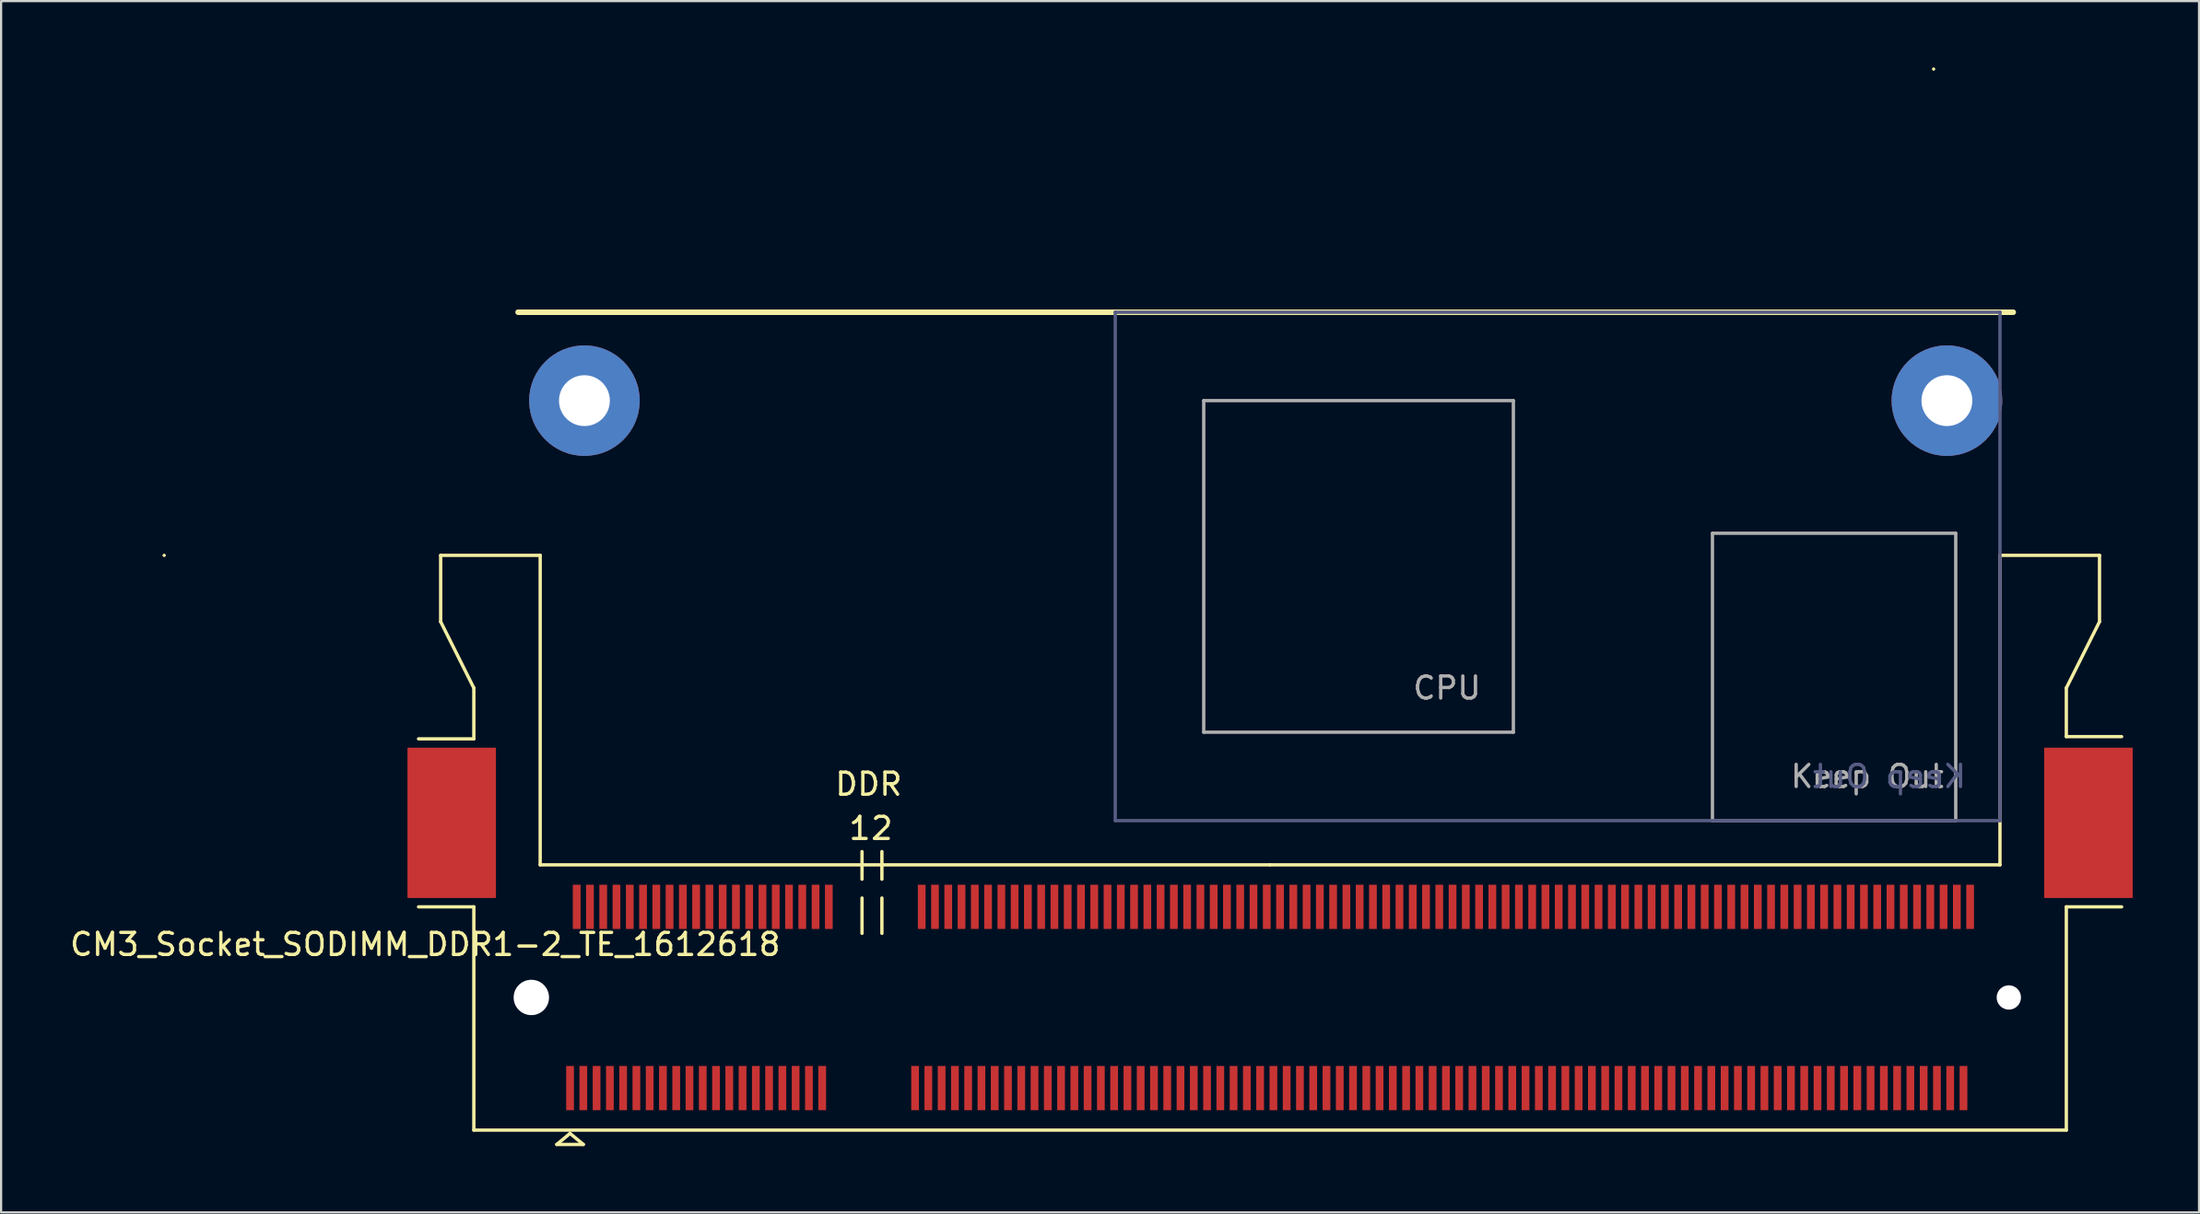
<source format=kicad_pcb>
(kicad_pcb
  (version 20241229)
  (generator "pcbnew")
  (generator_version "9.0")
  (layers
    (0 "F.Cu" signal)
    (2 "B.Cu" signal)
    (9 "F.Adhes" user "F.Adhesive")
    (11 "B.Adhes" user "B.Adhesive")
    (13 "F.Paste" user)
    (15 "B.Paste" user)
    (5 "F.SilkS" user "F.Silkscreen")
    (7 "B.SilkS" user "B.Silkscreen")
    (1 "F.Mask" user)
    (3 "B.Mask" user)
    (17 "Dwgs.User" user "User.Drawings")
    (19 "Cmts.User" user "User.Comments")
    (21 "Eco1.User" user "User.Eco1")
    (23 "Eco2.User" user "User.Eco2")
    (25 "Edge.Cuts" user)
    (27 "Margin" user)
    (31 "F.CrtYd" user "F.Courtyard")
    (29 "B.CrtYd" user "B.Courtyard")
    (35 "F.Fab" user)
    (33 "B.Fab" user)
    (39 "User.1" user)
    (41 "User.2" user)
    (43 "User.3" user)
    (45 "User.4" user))
  (footprint "CM3_Socket_SODIMM_DDR1-2_TE_1612618"
    (layer "F.Cu")
    (at 54.373 42.075)
    (property "Reference" "CM3_Socket_SODIMM_DDR1-2_TE_1612618" (at -38.2 -2.4 0) (layer "F.SilkS") (effects (font (size 1 1) (thickness 0.15))))
    (attr smd)
    (fp_line (start -50 -20) (end -50 -20) (stroke (width 0.15) (type solid)) (layer "F.SilkS"))
    (fp_line (start -37.5 -20) (end -37.5 -17) (stroke (width 0.15) (type solid)) (layer "F.SilkS"))
    (fp_line (start -37.5 -17) (end -36 -14) (stroke (width 0.15) (type solid)) (layer "F.SilkS"))
    (fp_line (start -36 -14) (end -36 -11.7) (stroke (width 0.15) (type solid)) (layer "F.SilkS"))
    (fp_line (start -36 -11.7) (end -38.5 -11.7) (stroke (width 0.15) (type solid)) (layer "F.SilkS"))
    (fp_line (start -36 -4.1) (end -38.5 -4.1) (stroke (width 0.15) (type solid)) (layer "F.SilkS"))
    (fp_line (start -36 -4.1) (end -36 6) (stroke (width 0.15) (type solid)) (layer "F.SilkS"))
    (fp_line (start -36 6) (end 36 6) (stroke (width 0.15) (type solid)) (layer "F.SilkS"))
    (fp_line (start -34 -31) (end -34 -31) (stroke (width 0.15) (type solid)) (layer "F.SilkS"))
    (fp_line (start -34 -31) (end 33.6 -31) (stroke (width 0.25) (type solid)) (layer "F.SilkS"))
    (fp_line (start -33 -20) (end -37.5 -20) (stroke (width 0.15) (type solid)) (layer "F.SilkS"))
    (fp_line (start -33 -6) (end -33 -20) (stroke (width 0.15) (type solid)) (layer "F.SilkS"))
    (fp_line (start -32.25 6.65) (end -31.65 6.15) (stroke (width 0.15) (type solid)) (layer "F.SilkS"))
    (fp_line (start -31.65 6.15) (end -31.05 6.65) (stroke (width 0.15) (type solid)) (layer "F.SilkS"))
    (fp_line (start -31.05 6.65) (end -32.25 6.65) (stroke (width 0.15) (type solid)) (layer "F.SilkS"))
    (fp_line (start -18.45 -5.35) (end -18.45 -6.6) (stroke (width 0.15) (type solid)) (layer "F.SilkS"))
    (fp_line (start -18.45 -4.5) (end -18.45 -2.9) (stroke (width 0.15) (type solid)) (layer "F.SilkS"))
    (fp_line (start -17.55 -5.35) (end -17.55 -6.6) (stroke (width 0.15) (type solid)) (layer "F.SilkS"))
    (fp_line (start -17.55 -4.5) (end -17.55 -2.9) (stroke (width 0.15) (type solid)) (layer "F.SilkS"))
    (fp_line (start 0 -6) (end -33 -6) (stroke (width 0.15) (type solid)) (layer "F.SilkS"))
    (fp_line (start 30 -42) (end 30 -42) (stroke (width 0.15) (type solid)) (layer "F.SilkS"))
    (fp_line (start 33 -20) (end 33 -6) (stroke (width 0.15) (type solid)) (layer "F.SilkS"))
    (fp_line (start 33 -6) (end 0 -6) (stroke (width 0.15) (type solid)) (layer "F.SilkS"))
    (fp_line (start 36 -14) (end 36 -11.8) (stroke (width 0.15) (type solid)) (layer "F.SilkS"))
    (fp_line (start 36 -14) (end 37.5 -17) (stroke (width 0.15) (type solid)) (layer "F.SilkS"))
    (fp_line (start 36 -11.8) (end 38.5 -11.8) (stroke (width 0.15) (type solid)) (layer "F.SilkS"))
    (fp_line (start 36 -4.1) (end 38.5 -4.1) (stroke (width 0.15) (type solid)) (layer "F.SilkS"))
    (fp_line (start 36 6) (end 36 -4.1) (stroke (width 0.15) (type solid)) (layer "F.SilkS"))
    (fp_line (start 37.5 -20) (end 33 -20) (stroke (width 0.15) (type solid)) (layer "F.SilkS"))
    (fp_line (start 37.5 -17) (end 37.5 -20) (stroke (width 0.15) (type solid)) (layer "F.SilkS"))
    (fp_line (start -7 -31) (end -7 -8) (stroke (width 0.15) (type solid)) (layer "B.Fab"))
    (fp_line (start -7 -8) (end 33 -8) (stroke (width 0.15) (type solid)) (layer "B.Fab"))
    (fp_line (start 33 -31) (end -7 -31) (stroke (width 0.15) (type solid)) (layer "B.Fab"))
    (fp_line (start 33 -8) (end 33 -31) (stroke (width 0.15) (type solid)) (layer "B.Fab"))
    (fp_line (start -3 -27) (end 11 -27) (stroke (width 0.15) (type solid)) (layer "F.Fab"))
    (fp_line (start -3 -12) (end -3 -27) (stroke (width 0.15) (type solid)) (layer "F.Fab"))
    (fp_line (start 11 -27) (end 11 -12) (stroke (width 0.15) (type solid)) (layer "F.Fab"))
    (fp_line (start 11 -12) (end -3 -12) (stroke (width 0.15) (type solid)) (layer "F.Fab"))
    (fp_line (start 20 -21) (end 31 -21) (stroke (width 0.15) (type solid)) (layer "F.Fab"))
    (fp_line (start 20 -8) (end 20 -21) (stroke (width 0.15) (type solid)) (layer "F.Fab"))
    (fp_line (start 31 -21) (end 31 -8) (stroke (width 0.15) (type solid)) (layer "F.Fab"))
    (fp_line (start 31 -8) (end 20 -8) (stroke (width 0.15) (type solid)) (layer "F.Fab"))
    (fp_text user "DDR" (at -18.15 -9.65 0) (layer "F.SilkS") (effects (font (size 1 1) (thickness 0.15))))
    (fp_text user "2" (at -17.55 -7.65 0) (layer "F.SilkS") (effects (font (size 1 1) (thickness 0.15))))
    (fp_text user "1" (at -18.55 -7.65 0) (layer "F.SilkS") (effects (font (size 1 1) (thickness 0.15))))
    (fp_text user "Keep Out" (at 28 -10 0) (layer "B.Fab") (effects (font (size 1 1) (thickness 0.15)) (justify mirror)))
    (fp_text user "CPU" (at 8 -14 0) (layer "F.Fab") (effects (font (size 1 1) (thickness 0.15))))
    (fp_text user "Keep Out" (at 27 -10 0) (layer "F.Fab") (effects (font (size 1 1) (thickness 0.15))))
    (pad "" smd rect (at -37 -7.9) (size 4 6.8) (layers "F.Cu" "F.Mask" "F.Paste"))
    (pad "" np_thru_hole circle (at -33.4 0) (size 1.6 1.6) (drill 1.6) (layers "*.Cu" "*.Mask"))
    (pad "" np_thru_hole circle (at -31 -27) (size 5 5) (drill 2.3) (layers "*.Cu" "*.Mask"))
    (pad "" np_thru_hole circle (at 30.6 -27) (size 5 5) (drill 2.3) (layers "*.Cu" "*.Mask"))
    (pad "" np_thru_hole circle (at 33.4 0) (size 1.1 1.1) (drill 1.1) (layers "*.Cu" "*.Mask"))
    (pad "" smd rect (at 37 -7.9) (size 4 6.8) (layers "F.Cu" "F.Mask" "F.Paste"))
    (pad "1" smd rect (at -31.65 4.1) (size 0.35 2) (layers "F.Cu" "F.Mask" "F.Paste"))
    (pad "2" smd rect (at -31.35 -4.1) (size 0.35 2) (layers "F.Cu" "F.Mask" "F.Paste"))
    (pad "3" smd rect (at -31.05 4.1) (size 0.35 2) (layers "F.Cu" "F.Mask" "F.Paste"))
    (pad "4" smd rect (at -30.75 -4.1) (size 0.35 2) (layers "F.Cu" "F.Mask" "F.Paste"))
    (pad "5" smd rect (at -30.45 4.1) (size 0.35 2) (layers "F.Cu" "F.Mask" "F.Paste"))
    (pad "6" smd rect (at -30.15 -4.1) (size 0.35 2) (layers "F.Cu" "F.Mask" "F.Paste"))
    (pad "7" smd rect (at -29.85 4.1) (size 0.35 2) (layers "F.Cu" "F.Mask" "F.Paste"))
    (pad "8" smd rect (at -29.55 -4.1) (size 0.35 2) (layers "F.Cu" "F.Mask" "F.Paste"))
    (pad "9" smd rect (at -29.25 4.1) (size 0.35 2) (layers "F.Cu" "F.Mask" "F.Paste"))
    (pad "10" smd rect (at -28.95 -4.1) (size 0.35 2) (layers "F.Cu" "F.Mask" "F.Paste"))
    (pad "11" smd rect (at -28.65 4.1) (size 0.35 2) (layers "F.Cu" "F.Mask" "F.Paste"))
    (pad "12" smd rect (at -28.35 -4.1) (size 0.35 2) (layers "F.Cu" "F.Mask" "F.Paste"))
    (pad "13" smd rect (at -28.05 4.1) (size 0.35 2) (layers "F.Cu" "F.Mask" "F.Paste"))
    (pad "14" smd rect (at -27.75 -4.1) (size 0.35 2) (layers "F.Cu" "F.Mask" "F.Paste"))
    (pad "15" smd rect (at -27.45 4.1) (size 0.35 2) (layers "F.Cu" "F.Mask" "F.Paste"))
    (pad "16" smd rect (at -27.15 -4.1) (size 0.35 2) (layers "F.Cu" "F.Mask" "F.Paste"))
    (pad "17" smd rect (at -26.85 4.1) (size 0.35 2) (layers "F.Cu" "F.Mask" "F.Paste"))
    (pad "18" smd rect (at -26.55 -4.1) (size 0.35 2) (layers "F.Cu" "F.Mask" "F.Paste"))
    (pad "19" smd rect (at -26.25 4.1) (size 0.35 2) (layers "F.Cu" "F.Mask" "F.Paste"))
    (pad "20" smd rect (at -25.95 -4.1) (size 0.35 2) (layers "F.Cu" "F.Mask" "F.Paste"))
    (pad "21" smd rect (at -25.65 4.1) (size 0.35 2) (layers "F.Cu" "F.Mask" "F.Paste"))
    (pad "22" smd rect (at -25.35 -4.1) (size 0.35 2) (layers "F.Cu" "F.Mask" "F.Paste"))
    (pad "23" smd rect (at -25.05 4.1) (size 0.35 2) (layers "F.Cu" "F.Mask" "F.Paste"))
    (pad "24" smd rect (at -24.75 -4.1) (size 0.35 2) (layers "F.Cu" "F.Mask" "F.Paste"))
    (pad "25" smd rect (at -24.45 4.1) (size 0.35 2) (layers "F.Cu" "F.Mask" "F.Paste"))
    (pad "26" smd rect (at -24.15 -4.1) (size 0.35 2) (layers "F.Cu" "F.Mask" "F.Paste"))
    (pad "27" smd rect (at -23.85 4.1) (size 0.35 2) (layers "F.Cu" "F.Mask" "F.Paste"))
    (pad "28" smd rect (at -23.55 -4.1) (size 0.35 2) (layers "F.Cu" "F.Mask" "F.Paste"))
    (pad "29" smd rect (at -23.25 4.1) (size 0.35 2) (layers "F.Cu" "F.Mask" "F.Paste"))
    (pad "30" smd rect (at -22.95 -4.1) (size 0.35 2) (layers "F.Cu" "F.Mask" "F.Paste"))
    (pad "31" smd rect (at -22.65 4.1) (size 0.35 2) (layers "F.Cu" "F.Mask" "F.Paste"))
    (pad "32" smd rect (at -22.35 -4.1) (size 0.35 2) (layers "F.Cu" "F.Mask" "F.Paste"))
    (pad "33" smd rect (at -22.05 4.1) (size 0.35 2) (layers "F.Cu" "F.Mask" "F.Paste"))
    (pad "34" smd rect (at -21.75 -4.1) (size 0.35 2) (layers "F.Cu" "F.Mask" "F.Paste"))
    (pad "35" smd rect (at -21.45 4.1) (size 0.35 2) (layers "F.Cu" "F.Mask" "F.Paste"))
    (pad "36" smd rect (at -21.15 -4.1) (size 0.35 2) (layers "F.Cu" "F.Mask" "F.Paste"))
    (pad "37" smd rect (at -20.85 4.1) (size 0.35 2) (layers "F.Cu" "F.Mask" "F.Paste"))
    (pad "38" smd rect (at -20.55 -4.1) (size 0.35 2) (layers "F.Cu" "F.Mask" "F.Paste"))
    (pad "39" smd rect (at -20.25 4.1) (size 0.35 2) (layers "F.Cu" "F.Mask" "F.Paste"))
    (pad "40" smd rect (at -19.95 -4.1) (size 0.35 2) (layers "F.Cu" "F.Mask" "F.Paste"))
    (pad "41" smd rect (at -16.05 4.1) (size 0.35 2) (layers "F.Cu" "F.Mask" "F.Paste"))
    (pad "42" smd rect (at -15.75 -4.1) (size 0.35 2) (layers "F.Cu" "F.Mask" "F.Paste"))
    (pad "43" smd rect (at -15.45 4.1) (size 0.35 2) (layers "F.Cu" "F.Mask" "F.Paste"))
    (pad "44" smd rect (at -15.15 -4.1) (size 0.35 2) (layers "F.Cu" "F.Mask" "F.Paste"))
    (pad "45" smd rect (at -14.85 4.1) (size 0.35 2) (layers "F.Cu" "F.Mask" "F.Paste"))
    (pad "46" smd rect (at -14.55 -4.1) (size 0.35 2) (layers "F.Cu" "F.Mask" "F.Paste"))
    (pad "47" smd rect (at -14.25 4.1) (size 0.35 2) (layers "F.Cu" "F.Mask" "F.Paste"))
    (pad "48" smd rect (at -13.95 -4.1) (size 0.35 2) (layers "F.Cu" "F.Mask" "F.Paste"))
    (pad "49" smd rect (at -13.65 4.1) (size 0.35 2) (layers "F.Cu" "F.Mask" "F.Paste"))
    (pad "50" smd rect (at -13.35 -4.1) (size 0.35 2) (layers "F.Cu" "F.Mask" "F.Paste"))
    (pad "51" smd rect (at -13.05 4.1) (size 0.35 2) (layers "F.Cu" "F.Mask" "F.Paste"))
    (pad "52" smd rect (at -12.75 -4.1) (size 0.35 2) (layers "F.Cu" "F.Mask" "F.Paste"))
    (pad "53" smd rect (at -12.45 4.1) (size 0.35 2) (layers "F.Cu" "F.Mask" "F.Paste"))
    (pad "54" smd rect (at -12.15 -4.1) (size 0.35 2) (layers "F.Cu" "F.Mask" "F.Paste"))
    (pad "55" smd rect (at -11.85 4.1) (size 0.35 2) (layers "F.Cu" "F.Mask" "F.Paste"))
    (pad "56" smd rect (at -11.55 -4.1) (size 0.35 2) (layers "F.Cu" "F.Mask" "F.Paste"))
    (pad "57" smd rect (at -11.25 4.1) (size 0.35 2) (layers "F.Cu" "F.Mask" "F.Paste"))
    (pad "58" smd rect (at -10.95 -4.1) (size 0.35 2) (layers "F.Cu" "F.Mask" "F.Paste"))
    (pad "59" smd rect (at -10.65 4.1) (size 0.35 2) (layers "F.Cu" "F.Mask" "F.Paste"))
    (pad "60" smd rect (at -10.35 -4.1) (size 0.35 2) (layers "F.Cu" "F.Mask" "F.Paste"))
    (pad "61" smd rect (at -10.05 4.1) (size 0.35 2) (layers "F.Cu" "F.Mask" "F.Paste"))
    (pad "62" smd rect (at -9.75 -4.1) (size 0.35 2) (layers "F.Cu" "F.Mask" "F.Paste"))
    (pad "63" smd rect (at -9.45 4.1) (size 0.35 2) (layers "F.Cu" "F.Mask" "F.Paste"))
    (pad "64" smd rect (at -9.15 -4.1) (size 0.35 2) (layers "F.Cu" "F.Mask" "F.Paste"))
    (pad "65" smd rect (at -8.85 4.1) (size 0.35 2) (layers "F.Cu" "F.Mask" "F.Paste"))
    (pad "66" smd rect (at -8.55 -4.1) (size 0.35 2) (layers "F.Cu" "F.Mask" "F.Paste"))
    (pad "67" smd rect (at -8.25 4.1) (size 0.35 2) (layers "F.Cu" "F.Mask" "F.Paste"))
    (pad "68" smd rect (at -7.95 -4.1) (size 0.35 2) (layers "F.Cu" "F.Mask" "F.Paste"))
    (pad "69" smd rect (at -7.65 4.1) (size 0.35 2) (layers "F.Cu" "F.Mask" "F.Paste"))
    (pad "70" smd rect (at -7.35 -4.1) (size 0.35 2) (layers "F.Cu" "F.Mask" "F.Paste"))
    (pad "71" smd rect (at -7.05 4.1) (size 0.35 2) (layers "F.Cu" "F.Mask" "F.Paste"))
    (pad "72" smd rect (at -6.75 -4.1) (size 0.35 2) (layers "F.Cu" "F.Mask" "F.Paste"))
    (pad "73" smd rect (at -6.45 4.1) (size 0.35 2) (layers "F.Cu" "F.Mask" "F.Paste"))
    (pad "74" smd rect (at -6.15 -4.1) (size 0.35 2) (layers "F.Cu" "F.Mask" "F.Paste"))
    (pad "75" smd rect (at -5.85 4.1) (size 0.35 2) (layers "F.Cu" "F.Mask" "F.Paste"))
    (pad "76" smd rect (at -5.55 -4.1) (size 0.35 2) (layers "F.Cu" "F.Mask" "F.Paste"))
    (pad "77" smd rect (at -5.25 4.1) (size 0.35 2) (layers "F.Cu" "F.Mask" "F.Paste"))
    (pad "78" smd rect (at -4.95 -4.1) (size 0.35 2) (layers "F.Cu" "F.Mask" "F.Paste"))
    (pad "79" smd rect (at -4.65 4.1) (size 0.35 2) (layers "F.Cu" "F.Mask" "F.Paste"))
    (pad "80" smd rect (at -4.35 -4.1) (size 0.35 2) (layers "F.Cu" "F.Mask" "F.Paste"))
    (pad "81" smd rect (at -4.05 4.1) (size 0.35 2) (layers "F.Cu" "F.Mask" "F.Paste"))
    (pad "82" smd rect (at -3.75 -4.1) (size 0.35 2) (layers "F.Cu" "F.Mask" "F.Paste"))
    (pad "83" smd rect (at -3.45 4.1) (size 0.35 2) (layers "F.Cu" "F.Mask" "F.Paste"))
    (pad "84" smd rect (at -3.15 -4.1) (size 0.35 2) (layers "F.Cu" "F.Mask" "F.Paste"))
    (pad "85" smd rect (at -2.85 4.1) (size 0.35 2) (layers "F.Cu" "F.Mask" "F.Paste"))
    (pad "86" smd rect (at -2.55 -4.1) (size 0.35 2) (layers "F.Cu" "F.Mask" "F.Paste"))
    (pad "87" smd rect (at -2.25 4.1) (size 0.35 2) (layers "F.Cu" "F.Mask" "F.Paste"))
    (pad "88" smd rect (at -1.95 -4.1) (size 0.35 2) (layers "F.Cu" "F.Mask" "F.Paste"))
    (pad "89" smd rect (at -1.65 4.1) (size 0.35 2) (layers "F.Cu" "F.Mask" "F.Paste"))
    (pad "90" smd rect (at -1.35 -4.1) (size 0.35 2) (layers "F.Cu" "F.Mask" "F.Paste"))
    (pad "91" smd rect (at -1.05 4.1) (size 0.35 2) (layers "F.Cu" "F.Mask" "F.Paste"))
    (pad "92" smd rect (at -0.75 -4.1) (size 0.35 2) (layers "F.Cu" "F.Mask" "F.Paste"))
    (pad "93" smd rect (at -0.45 4.1) (size 0.35 2) (layers "F.Cu" "F.Mask" "F.Paste"))
    (pad "94" smd rect (at -0.15 -4.1) (size 0.35 2) (layers "F.Cu" "F.Mask" "F.Paste"))
    (pad "95" smd rect (at 0.15 4.1) (size 0.35 2) (layers "F.Cu" "F.Mask" "F.Paste"))
    (pad "96" smd rect (at 0.45 -4.1) (size 0.35 2) (layers "F.Cu" "F.Mask" "F.Paste"))
    (pad "97" smd rect (at 0.75 4.1) (size 0.35 2) (layers "F.Cu" "F.Mask" "F.Paste"))
    (pad "98" smd rect (at 1.05 -4.1) (size 0.35 2) (layers "F.Cu" "F.Mask" "F.Paste"))
    (pad "99" smd rect (at 1.35 4.1) (size 0.35 2) (layers "F.Cu" "F.Mask" "F.Paste"))
    (pad "100" smd rect (at 1.65 -4.1) (size 0.35 2) (layers "F.Cu" "F.Mask" "F.Paste"))
    (pad "101" smd rect (at 1.95 4.1) (size 0.35 2) (layers "F.Cu" "F.Mask" "F.Paste"))
    (pad "102" smd rect (at 2.25 -4.1) (size 0.35 2) (layers "F.Cu" "F.Mask" "F.Paste"))
    (pad "103" smd rect (at 2.55 4.1) (size 0.35 2) (layers "F.Cu" "F.Mask" "F.Paste"))
    (pad "104" smd rect (at 2.85 -4.1) (size 0.35 2) (layers "F.Cu" "F.Mask" "F.Paste"))
    (pad "105" smd rect (at 3.15 4.1) (size 0.35 2) (layers "F.Cu" "F.Mask" "F.Paste"))
    (pad "106" smd rect (at 3.45 -4.1) (size 0.35 2) (layers "F.Cu" "F.Mask" "F.Paste"))
    (pad "107" smd rect (at 3.75 4.1) (size 0.35 2) (layers "F.Cu" "F.Mask" "F.Paste"))
    (pad "108" smd rect (at 4.05 -4.1) (size 0.35 2) (layers "F.Cu" "F.Mask" "F.Paste"))
    (pad "109" smd rect (at 4.35 4.1) (size 0.35 2) (layers "F.Cu" "F.Mask" "F.Paste"))
    (pad "110" smd rect (at 4.65 -4.1) (size 0.35 2) (layers "F.Cu" "F.Mask" "F.Paste"))
    (pad "111" smd rect (at 4.95 4.1) (size 0.35 2) (layers "F.Cu" "F.Mask" "F.Paste"))
    (pad "112" smd rect (at 5.25 -4.1) (size 0.35 2) (layers "F.Cu" "F.Mask" "F.Paste"))
    (pad "113" smd rect (at 5.55 4.1) (size 0.35 2) (layers "F.Cu" "F.Mask" "F.Paste"))
    (pad "114" smd rect (at 5.85 -4.1) (size 0.35 2) (layers "F.Cu" "F.Mask" "F.Paste"))
    (pad "115" smd rect (at 6.15 4.1) (size 0.35 2) (layers "F.Cu" "F.Mask" "F.Paste"))
    (pad "116" smd rect (at 6.45 -4.1) (size 0.35 2) (layers "F.Cu" "F.Mask" "F.Paste"))
    (pad "117" smd rect (at 6.75 4.1) (size 0.35 2) (layers "F.Cu" "F.Mask" "F.Paste"))
    (pad "118" smd rect (at 7.05 -4.1) (size 0.35 2) (layers "F.Cu" "F.Mask" "F.Paste"))
    (pad "119" smd rect (at 7.35 4.1) (size 0.35 2) (layers "F.Cu" "F.Mask" "F.Paste"))
    (pad "120" smd rect (at 7.65 -4.1) (size 0.35 2) (layers "F.Cu" "F.Mask" "F.Paste"))
    (pad "121" smd rect (at 7.95 4.1) (size 0.35 2) (layers "F.Cu" "F.Mask" "F.Paste"))
    (pad "122" smd rect (at 8.25 -4.1) (size 0.35 2) (layers "F.Cu" "F.Mask" "F.Paste"))
    (pad "123" smd rect (at 8.55 4.1) (size 0.35 2) (layers "F.Cu" "F.Mask" "F.Paste"))
    (pad "124" smd rect (at 8.85 -4.1) (size 0.35 2) (layers "F.Cu" "F.Mask" "F.Paste"))
    (pad "125" smd rect (at 9.15 4.1) (size 0.35 2) (layers "F.Cu" "F.Mask" "F.Paste"))
    (pad "126" smd rect (at 9.45 -4.1) (size 0.35 2) (layers "F.Cu" "F.Mask" "F.Paste"))
    (pad "127" smd rect (at 9.75 4.1) (size 0.35 2) (layers "F.Cu" "F.Mask" "F.Paste"))
    (pad "128" smd rect (at 10.05 -4.1) (size 0.35 2) (layers "F.Cu" "F.Mask" "F.Paste"))
    (pad "129" smd rect (at 10.35 4.1) (size 0.35 2) (layers "F.Cu" "F.Mask" "F.Paste"))
    (pad "130" smd rect (at 10.65 -4.1) (size 0.35 2) (layers "F.Cu" "F.Mask" "F.Paste"))
    (pad "131" smd rect (at 10.95 4.1) (size 0.35 2) (layers "F.Cu" "F.Mask" "F.Paste"))
    (pad "132" smd rect (at 11.25 -4.1) (size 0.35 2) (layers "F.Cu" "F.Mask" "F.Paste"))
    (pad "133" smd rect (at 11.55 4.1) (size 0.35 2) (layers "F.Cu" "F.Mask" "F.Paste"))
    (pad "134" smd rect (at 11.85 -4.1) (size 0.35 2) (layers "F.Cu" "F.Mask" "F.Paste"))
    (pad "135" smd rect (at 12.15 4.1) (size 0.35 2) (layers "F.Cu" "F.Mask" "F.Paste"))
    (pad "136" smd rect (at 12.45 -4.1) (size 0.35 2) (layers "F.Cu" "F.Mask" "F.Paste"))
    (pad "137" smd rect (at 12.75 4.1) (size 0.35 2) (layers "F.Cu" "F.Mask" "F.Paste"))
    (pad "138" smd rect (at 13.05 -4.1) (size 0.35 2) (layers "F.Cu" "F.Mask" "F.Paste"))
    (pad "139" smd rect (at 13.35 4.1) (size 0.35 2) (layers "F.Cu" "F.Mask" "F.Paste"))
    (pad "140" smd rect (at 13.65 -4.1) (size 0.35 2) (layers "F.Cu" "F.Mask" "F.Paste"))
    (pad "141" smd rect (at 13.95 4.1) (size 0.35 2) (layers "F.Cu" "F.Mask" "F.Paste"))
    (pad "142" smd rect (at 14.25 -4.1) (size 0.35 2) (layers "F.Cu" "F.Mask" "F.Paste"))
    (pad "143" smd rect (at 14.55 4.1) (size 0.35 2) (layers "F.Cu" "F.Mask" "F.Paste"))
    (pad "144" smd rect (at 14.85 -4.1) (size 0.35 2) (layers "F.Cu" "F.Mask" "F.Paste"))
    (pad "145" smd rect (at 15.15 4.1) (size 0.35 2) (layers "F.Cu" "F.Mask" "F.Paste"))
    (pad "146" smd rect (at 15.45 -4.1) (size 0.35 2) (layers "F.Cu" "F.Mask" "F.Paste"))
    (pad "147" smd rect (at 15.75 4.1) (size 0.35 2) (layers "F.Cu" "F.Mask" "F.Paste"))
    (pad "148" smd rect (at 16.05 -4.1) (size 0.35 2) (layers "F.Cu" "F.Mask" "F.Paste"))
    (pad "149" smd rect (at 16.35 4.1) (size 0.35 2) (layers "F.Cu" "F.Mask" "F.Paste"))
    (pad "150" smd rect (at 16.65 -4.1) (size 0.35 2) (layers "F.Cu" "F.Mask" "F.Paste"))
    (pad "151" smd rect (at 16.95 4.1) (size 0.35 2) (layers "F.Cu" "F.Mask" "F.Paste"))
    (pad "152" smd rect (at 17.25 -4.1) (size 0.35 2) (layers "F.Cu" "F.Mask" "F.Paste"))
    (pad "153" smd rect (at 17.55 4.1) (size 0.35 2) (layers "F.Cu" "F.Mask" "F.Paste"))
    (pad "154" smd rect (at 17.85 -4.1) (size 0.35 2) (layers "F.Cu" "F.Mask" "F.Paste"))
    (pad "155" smd rect (at 18.15 4.1) (size 0.35 2) (layers "F.Cu" "F.Mask" "F.Paste"))
    (pad "156" smd rect (at 18.45 -4.1) (size 0.35 2) (layers "F.Cu" "F.Mask" "F.Paste"))
    (pad "157" smd rect (at 18.75 4.1) (size 0.35 2) (layers "F.Cu" "F.Mask" "F.Paste"))
    (pad "158" smd rect (at 19.05 -4.1) (size 0.35 2) (layers "F.Cu" "F.Mask" "F.Paste"))
    (pad "159" smd rect (at 19.35 4.1) (size 0.35 2) (layers "F.Cu" "F.Mask" "F.Paste"))
    (pad "160" smd rect (at 19.65 -4.1) (size 0.35 2) (layers "F.Cu" "F.Mask" "F.Paste"))
    (pad "161" smd rect (at 19.95 4.1) (size 0.35 2) (layers "F.Cu" "F.Mask" "F.Paste"))
    (pad "162" smd rect (at 20.25 -4.1) (size 0.35 2) (layers "F.Cu" "F.Mask" "F.Paste"))
    (pad "163" smd rect (at 20.55 4.1) (size 0.35 2) (layers "F.Cu" "F.Mask" "F.Paste"))
    (pad "164" smd rect (at 20.85 -4.1) (size 0.35 2) (layers "F.Cu" "F.Mask" "F.Paste"))
    (pad "165" smd rect (at 21.15 4.1) (size 0.35 2) (layers "F.Cu" "F.Mask" "F.Paste"))
    (pad "166" smd rect (at 21.45 -4.1) (size 0.35 2) (layers "F.Cu" "F.Mask" "F.Paste"))
    (pad "167" smd rect (at 21.75 4.1) (size 0.35 2) (layers "F.Cu" "F.Mask" "F.Paste"))
    (pad "168" smd rect (at 22.05 -4.1) (size 0.35 2) (layers "F.Cu" "F.Mask" "F.Paste"))
    (pad "169" smd rect (at 22.35 4.1) (size 0.35 2) (layers "F.Cu" "F.Mask" "F.Paste"))
    (pad "170" smd rect (at 22.65 -4.1) (size 0.35 2) (layers "F.Cu" "F.Mask" "F.Paste"))
    (pad "171" smd rect (at 22.95 4.1) (size 0.35 2) (layers "F.Cu" "F.Mask" "F.Paste"))
    (pad "172" smd rect (at 23.25 -4.1) (size 0.35 2) (layers "F.Cu" "F.Mask" "F.Paste"))
    (pad "173" smd rect (at 23.55 4.1) (size 0.35 2) (layers "F.Cu" "F.Mask" "F.Paste"))
    (pad "174" smd rect (at 23.85 -4.1) (size 0.35 2) (layers "F.Cu" "F.Mask" "F.Paste"))
    (pad "175" smd rect (at 24.15 4.1) (size 0.35 2) (layers "F.Cu" "F.Mask" "F.Paste"))
    (pad "176" smd rect (at 24.45 -4.1) (size 0.35 2) (layers "F.Cu" "F.Mask" "F.Paste"))
    (pad "177" smd rect (at 24.75 4.1) (size 0.35 2) (layers "F.Cu" "F.Mask" "F.Paste"))
    (pad "178" smd rect (at 25.05 -4.1) (size 0.35 2) (layers "F.Cu" "F.Mask" "F.Paste"))
    (pad "179" smd rect (at 25.35 4.1) (size 0.35 2) (layers "F.Cu" "F.Mask" "F.Paste"))
    (pad "180" smd rect (at 25.65 -4.1) (size 0.35 2) (layers "F.Cu" "F.Mask" "F.Paste"))
    (pad "181" smd rect (at 25.95 4.1) (size 0.35 2) (layers "F.Cu" "F.Mask" "F.Paste"))
    (pad "182" smd rect (at 26.25 -4.1) (size 0.35 2) (layers "F.Cu" "F.Mask" "F.Paste"))
    (pad "183" smd rect (at 26.55 4.1) (size 0.35 2) (layers "F.Cu" "F.Mask" "F.Paste"))
    (pad "184" smd rect (at 26.85 -4.1) (size 0.35 2) (layers "F.Cu" "F.Mask" "F.Paste"))
    (pad "185" smd rect (at 27.15 4.1) (size 0.35 2) (layers "F.Cu" "F.Mask" "F.Paste"))
    (pad "186" smd rect (at 27.45 -4.1) (size 0.35 2) (layers "F.Cu" "F.Mask" "F.Paste"))
    (pad "187" smd rect (at 27.75 4.1) (size 0.35 2) (layers "F.Cu" "F.Mask" "F.Paste"))
    (pad "188" smd rect (at 28.05 -4.1) (size 0.35 2) (layers "F.Cu" "F.Mask" "F.Paste"))
    (pad "189" smd rect (at 28.35 4.1) (size 0.35 2) (layers "F.Cu" "F.Mask" "F.Paste"))
    (pad "190" smd rect (at 28.65 -4.1) (size 0.35 2) (layers "F.Cu" "F.Mask" "F.Paste"))
    (pad "191" smd rect (at 28.95 4.1) (size 0.35 2) (layers "F.Cu" "F.Mask" "F.Paste"))
    (pad "192" smd rect (at 29.25 -4.1) (size 0.35 2) (layers "F.Cu" "F.Mask" "F.Paste"))
    (pad "193" smd rect (at 29.55 4.1) (size 0.35 2) (layers "F.Cu" "F.Mask" "F.Paste"))
    (pad "194" smd rect (at 29.85 -4.1) (size 0.35 2) (layers "F.Cu" "F.Mask" "F.Paste"))
    (pad "195" smd rect (at 30.15 4.1) (size 0.35 2) (layers "F.Cu" "F.Mask" "F.Paste"))
    (pad "196" smd rect (at 30.45 -4.1) (size 0.35 2) (layers "F.Cu" "F.Mask" "F.Paste"))
    (pad "197" smd rect (at 30.75 4.1) (size 0.35 2) (layers "F.Cu" "F.Mask" "F.Paste"))
    (pad "198" smd rect (at 31.05 -4.1) (size 0.35 2) (layers "F.Cu" "F.Mask" "F.Paste"))
    (pad "199" smd rect (at 31.35 4.1) (size 0.35 2) (layers "F.Cu" "F.Mask" "F.Paste"))
    (pad "200" smd rect (at 31.65 -4.1) (size 0.35 2) (layers "F.Cu" "F.Mask" "F.Paste")))
  (gr_rect
    (start -3 -3)
    (end 96.373 51.8)
    (stroke (width 0.1) (type default))
    (fill no)
    (layer "Edge.Cuts")))
</source>
